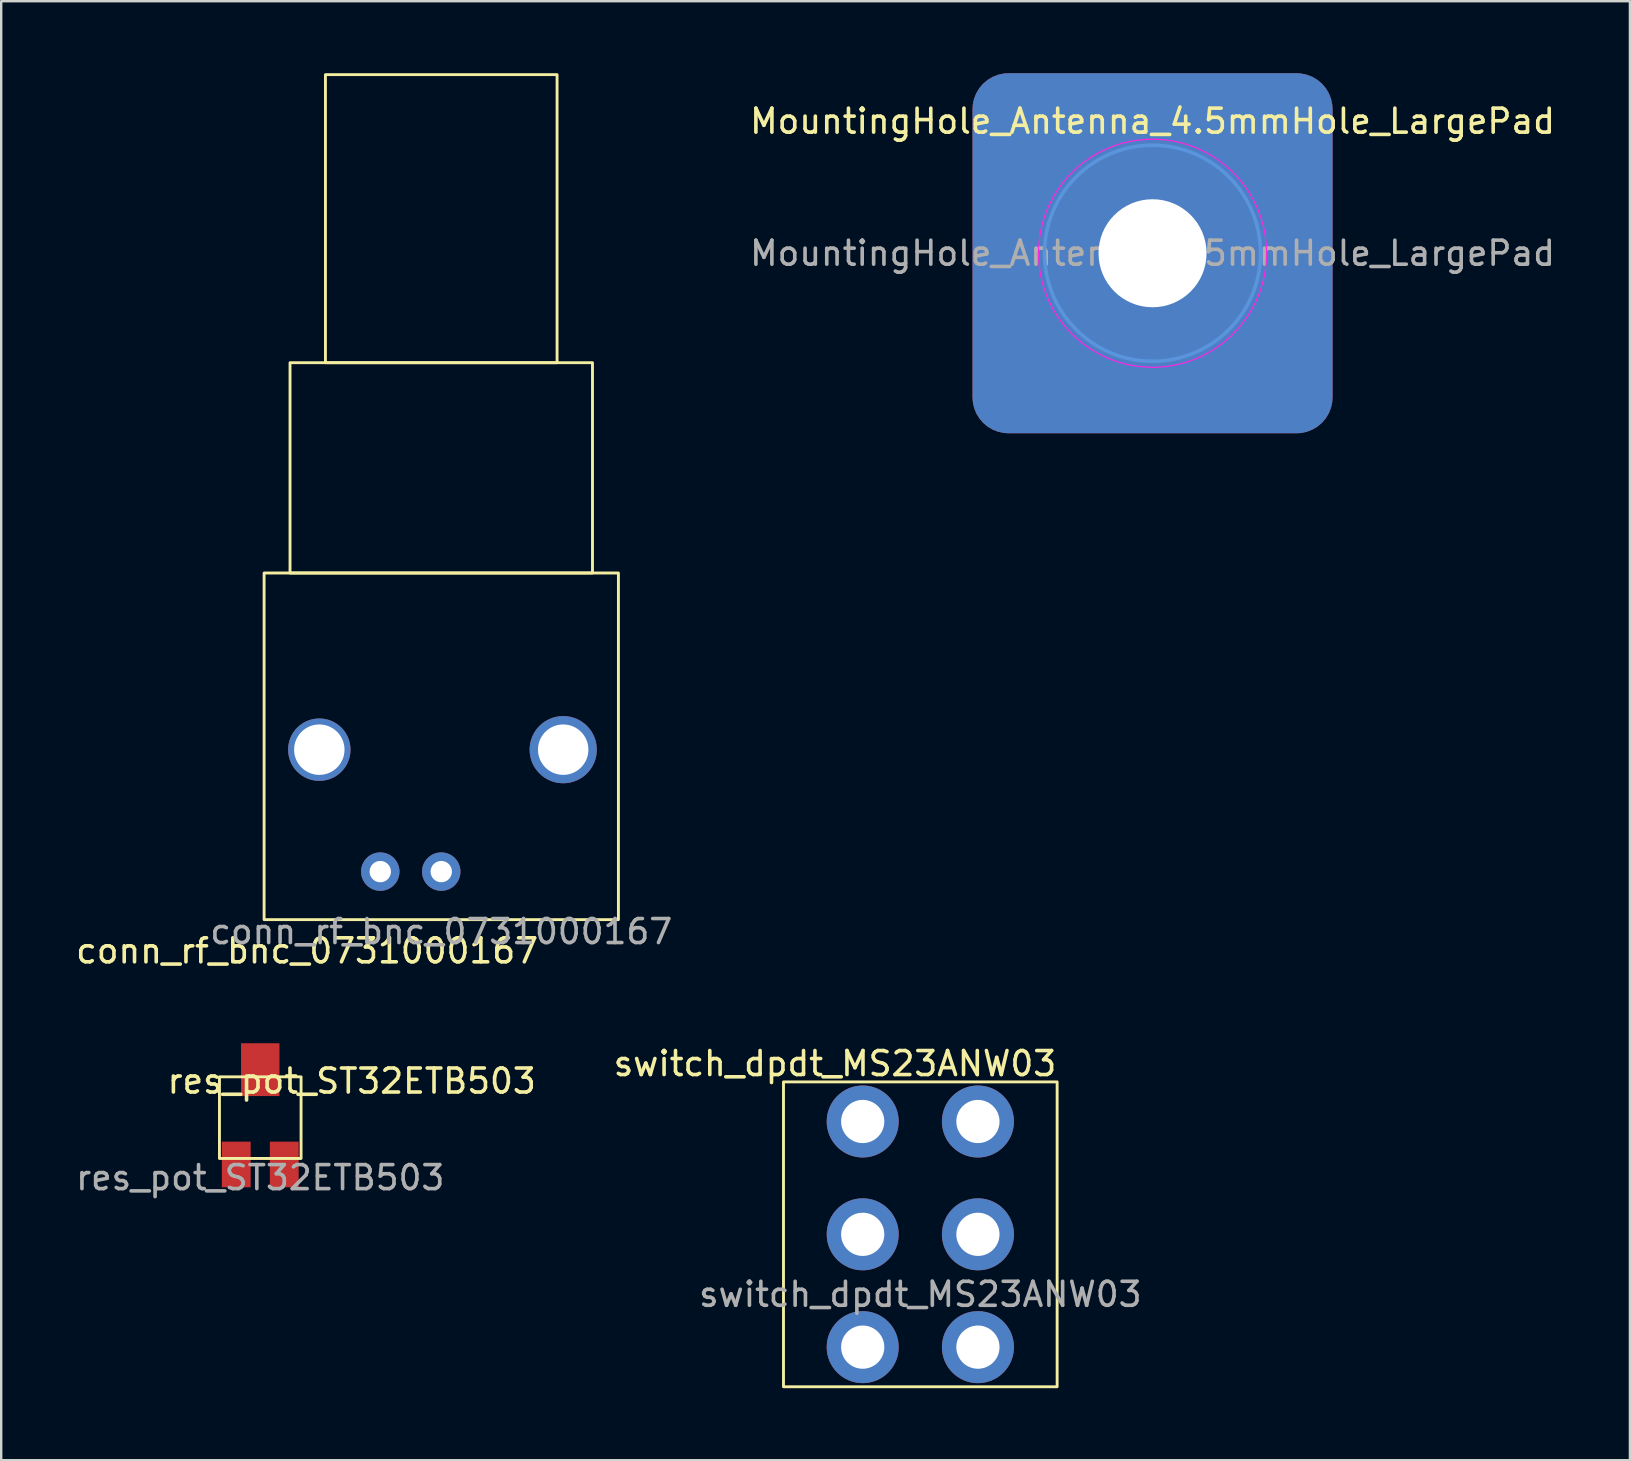
<source format=kicad_pcb>
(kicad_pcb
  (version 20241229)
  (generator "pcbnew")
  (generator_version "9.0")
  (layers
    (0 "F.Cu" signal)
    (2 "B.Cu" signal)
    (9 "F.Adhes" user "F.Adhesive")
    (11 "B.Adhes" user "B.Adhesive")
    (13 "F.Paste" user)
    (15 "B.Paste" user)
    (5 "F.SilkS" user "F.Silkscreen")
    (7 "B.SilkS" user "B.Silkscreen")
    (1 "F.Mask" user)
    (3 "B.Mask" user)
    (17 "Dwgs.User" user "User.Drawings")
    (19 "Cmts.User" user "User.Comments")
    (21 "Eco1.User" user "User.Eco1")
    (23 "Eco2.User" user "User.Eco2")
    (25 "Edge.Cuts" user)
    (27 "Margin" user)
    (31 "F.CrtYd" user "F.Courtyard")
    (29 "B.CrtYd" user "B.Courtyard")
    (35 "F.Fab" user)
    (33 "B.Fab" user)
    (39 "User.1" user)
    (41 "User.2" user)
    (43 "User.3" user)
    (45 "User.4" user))
  (footprint "MountingHole_Antenna_4.5mmHole_LargePad"
    (layer "F.Cu")
    (at 44.963 7.5)
    (property "Reference" "MountingHole_Antenna_4.5mmHole_LargePad" (at 0 -5.5 0) (layer "F.SilkS") (effects (font (size 1 1) (thickness 0.15))))
    (attr exclude_from_pos_files exclude_from_bom)
    (fp_circle (center 0 0) (end 4.5 0) (stroke (width 0.15) (type solid)) (fill no) (layer "Cmts.User"))
    (fp_circle (center 0 0) (end 4.75 0) (stroke (width 0.05) (type solid)) (fill no) (layer "F.CrtYd"))
    (fp_text user "${REFERENCE}" (at 0 0 0) (layer "F.Fab") (effects (font (size 1 1) (thickness 0.15))))
    (pad "1" thru_hole circle (at 0 0) (size 4.9 4.9) (drill 4.5) (layers "*.Cu" "*.Mask"))
    (pad "1" connect roundrect (at 0 0) (size 15 15) (layers "F.Cu" "F.Mask") (roundrect_rratio 0.1))
    (pad "1" connect roundrect (at 0 0) (size 15 15) (layers "B.Cu" "B.Mask") (roundrect_rratio 0.1)))
  (footprint "conn_rf_bnc_0731000167"
    (layer "F.Cu")
    (at 15.332 33.26)
    (property "Reference" "conn_rf_bnc_0731000167" (at -5.588 3.302 0) (unlocked yes) (layer "F.SilkS") (effects (font (size 1 1) (thickness 0.15))))
    (attr through_hole)
    (fp_rect (start -7.38 -12.44) (end 7.38 2) (stroke (width 0.12) (type solid)) (fill no) (layer "F.SilkS"))
    (fp_rect (start -6.3 -21.2) (end 6.3 -12.44) (stroke (width 0.12) (type solid)) (fill no) (layer "F.SilkS"))
    (fp_rect (start -4.825 -21.2) (end 4.825 -33.2) (stroke (width 0.12) (type solid)) (fill no) (layer "F.SilkS"))
    (fp_text user "${REFERENCE}" (at 0 2.5 0) (unlocked yes) (layer "F.Fab") (effects (font (size 1 1) (thickness 0.15))))
    (pad "" np_thru_hole circle (at -5.08 -5.08) (size 2.6 2.6) (drill 2.1) (layers "*.Cu" "*.Mask"))
    (pad "" np_thru_hole circle (at 5.08 -5.08) (size 2.8 2.8) (drill 2.1) (layers "*.Cu" "*.Mask"))
    (pad "1" thru_hole circle (at 0 0) (size 1.6 1.6) (drill 0.89) (layers "*.Cu" "*.Mask"))
    (pad "2" thru_hole circle (at -2.54 0) (size 1.6 1.6) (drill 0.89) (layers "*.Cu" "*.Mask")))
  (footprint "switch_dpdt_MS23ANW03"
    (layer "F.Cu")
    (at 35.289 48.37)
    (property "Reference" "switch_dpdt_MS23ANW03" (at -3.556 -7.112 0) (unlocked yes) (layer "F.SilkS") (effects (font (size 1 1) (thickness 0.15))))
    (attr through_hole)
    (fp_rect (start -5.7 -6.35) (end 5.7 6.35) (stroke (width 0.12) (type solid)) (fill no) (layer "F.SilkS"))
    (fp_text user "${REFERENCE}" (at 0 2.5 0) (unlocked yes) (layer "F.Fab") (effects (font (size 1 1) (thickness 0.15))))
    (pad "1" thru_hole circle (at -2.4 4.7) (size 3 3) (drill 1.8) (layers "*.Cu" "*.Mask"))
    (pad "2" thru_hole circle (at -2.4 0) (size 3 3) (drill 1.8) (layers "*.Cu" "*.Mask"))
    (pad "3" thru_hole circle (at -2.4 -4.7) (size 3 3) (drill 1.8) (layers "*.Cu" "*.Mask"))
    (pad "4" thru_hole circle (at 2.4 4.7) (size 3 3) (drill 1.8) (layers "*.Cu" "*.Mask"))
    (pad "5" thru_hole circle (at 2.4 0) (size 3 3) (drill 1.8) (layers "*.Cu" "*.Mask"))
    (pad "6" thru_hole circle (at 2.4 -4.7) (size 3 3) (drill 1.8) (layers "*.Cu" "*.Mask")))
  (footprint "res_pot_ST32ETB503"
    (layer "F.Cu")
    (at 7.792 43.51)
    (property "Reference" "res_pot_ST32ETB503" (at 3.81 -1.524 0) (unlocked yes) (layer "F.SilkS") (effects (font (size 1 1) (thickness 0.15))))
    (attr smd)
    (fp_rect (start -1.7 -1.7) (end 1.7 1.7) (stroke (width 0.12) (type solid)) (fill no) (layer "F.SilkS"))
    (fp_text user "${REFERENCE}" (at 0 2.5 0) (unlocked yes) (layer "F.Fab") (effects (font (size 1 1) (thickness 0.15))))
    (pad "1" smd rect (at -1 1.95) (size 1.2 1.9) (layers "F.Cu" "F.Mask" "F.Paste"))
    (pad "2" smd rect (at 0 -2) (size 1.6 2.2) (layers "F.Cu" "F.Mask" "F.Paste"))
    (pad "3" smd rect (at 1 1.95) (size 1.2 1.9) (layers "F.Cu" "F.Mask" "F.Paste")))
  (gr_rect
    (start -3 -3)
    (end 64.85 57.781)
    (stroke (width 0.1) (type default))
    (fill no)
    (layer "Edge.Cuts")))
</source>
